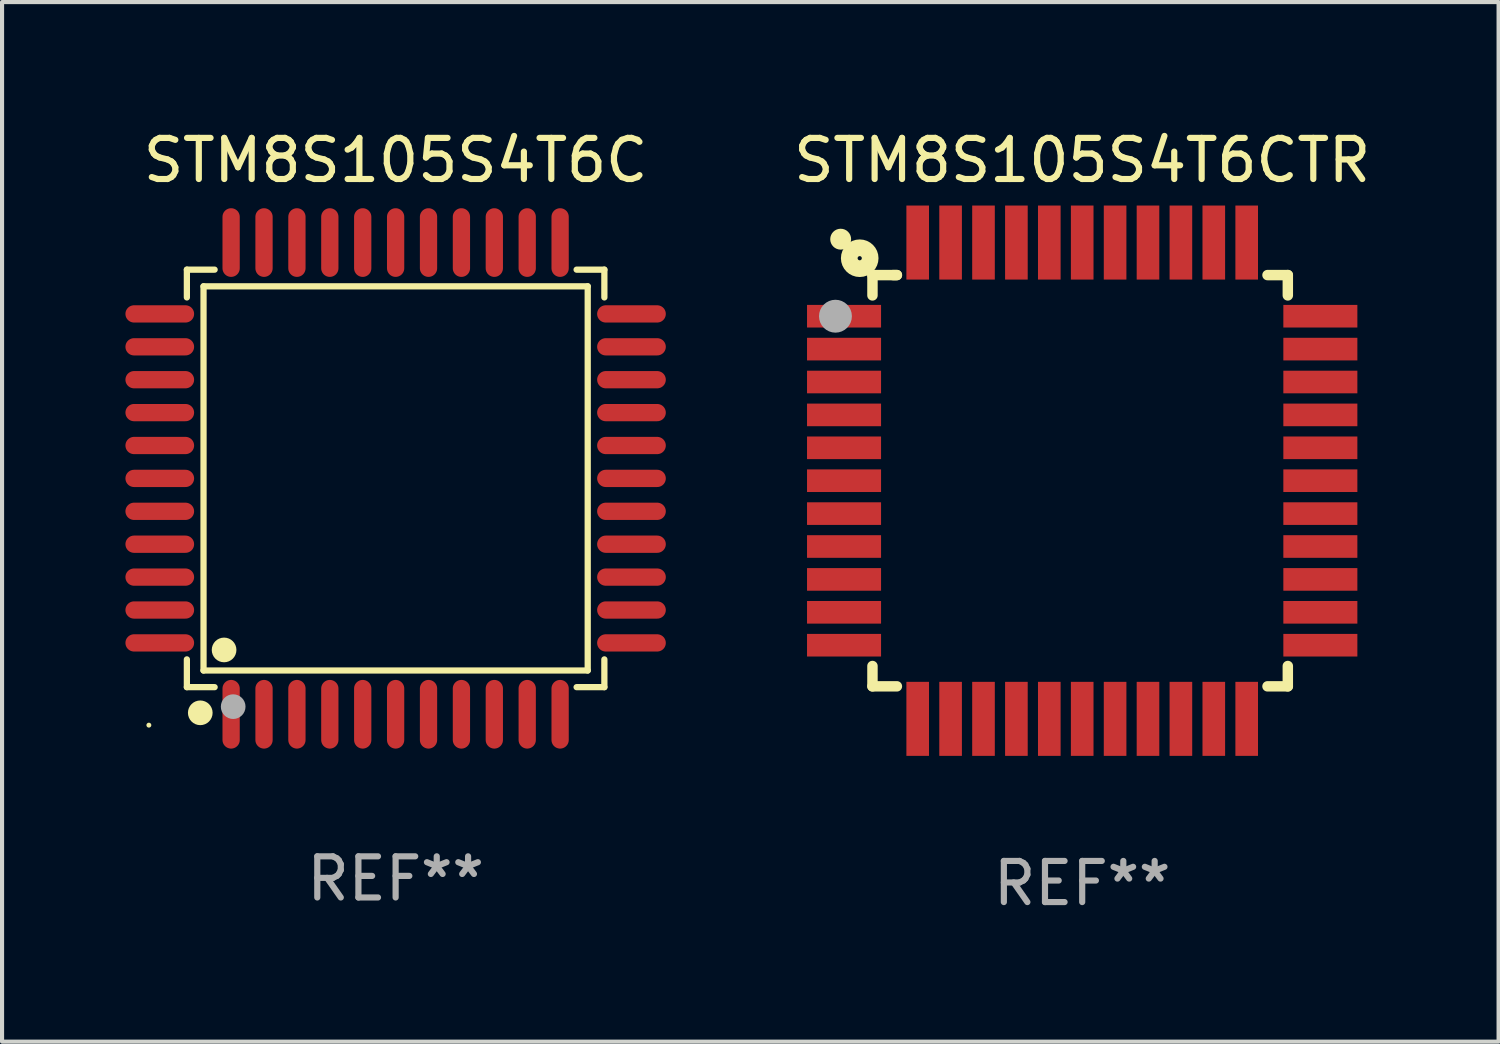
<source format=kicad_pcb>
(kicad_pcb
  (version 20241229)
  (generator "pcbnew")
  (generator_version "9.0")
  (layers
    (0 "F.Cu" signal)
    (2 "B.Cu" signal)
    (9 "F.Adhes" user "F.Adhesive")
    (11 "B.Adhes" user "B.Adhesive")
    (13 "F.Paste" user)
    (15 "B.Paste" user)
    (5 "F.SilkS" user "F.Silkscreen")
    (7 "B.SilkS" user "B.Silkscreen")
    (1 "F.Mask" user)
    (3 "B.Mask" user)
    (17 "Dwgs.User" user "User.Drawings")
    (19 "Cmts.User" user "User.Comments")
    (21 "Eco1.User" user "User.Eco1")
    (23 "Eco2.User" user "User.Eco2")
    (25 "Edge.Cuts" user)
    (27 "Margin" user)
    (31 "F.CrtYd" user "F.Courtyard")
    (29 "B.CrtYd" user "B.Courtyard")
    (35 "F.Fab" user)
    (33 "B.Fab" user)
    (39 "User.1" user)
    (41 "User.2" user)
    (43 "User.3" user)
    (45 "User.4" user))
  (footprint "STM8S105S4T6C"
    (layer "F.Cu")
    (at 6.57 8.583)
    (property "Reference" "STM8S105S4T6C" (at 0 -7.735 0) (layer "F.SilkS") (effects (font (size 1 1) (thickness 0.15))))
    (attr through_hole)
    (fp_line (start -5.076 -5.076) (end -4.401 -5.076) (stroke (width 0.152) (type solid)) (layer "F.SilkS"))
    (fp_line (start -5.076 -4.401) (end -5.076 -5.076) (stroke (width 0.152) (type solid)) (layer "F.SilkS"))
    (fp_line (start -5.076 4.401) (end -5.076 5.076) (stroke (width 0.152) (type solid)) (layer "F.SilkS"))
    (fp_line (start -5.076 5.076) (end -4.401 5.076) (stroke (width 0.152) (type solid)) (layer "F.SilkS"))
    (fp_line (start -4.671 -4.671) (end 4.671 -4.671) (stroke (width 0.152) (type solid)) (layer "F.SilkS"))
    (fp_line (start -4.671 4.671) (end -4.671 -4.671) (stroke (width 0.152) (type solid)) (layer "F.SilkS"))
    (fp_line (start 4.671 -4.671) (end 4.671 4.671) (stroke (width 0.152) (type solid)) (layer "F.SilkS"))
    (fp_line (start 4.671 4.671) (end -4.671 4.671) (stroke (width 0.152) (type solid)) (layer "F.SilkS"))
    (fp_line (start 5.076 -5.076) (end 4.401 -5.076) (stroke (width 0.152) (type solid)) (layer "F.SilkS"))
    (fp_line (start 5.076 -4.401) (end 5.076 -5.076) (stroke (width 0.152) (type solid)) (layer "F.SilkS"))
    (fp_line (start 5.076 4.401) (end 5.076 5.076) (stroke (width 0.152) (type solid)) (layer "F.SilkS"))
    (fp_line (start 5.076 5.076) (end 4.401 5.076) (stroke (width 0.152) (type solid)) (layer "F.SilkS"))
    (fp_circle (center -6 6) (end -5.97 6) (stroke (width 0.06) (type solid)) (fill no) (layer "F.SilkS"))
    (fp_circle (center -4.75 5.7) (end -4.6 5.7) (stroke (width 0.3) (type solid)) (fill no) (layer "F.SilkS"))
    (fp_circle (center -4.171 4.171) (end -4.021 4.171) (stroke (width 0.3) (type solid)) (fill no) (layer "F.SilkS"))
    (fp_circle (center -3.95 5.55) (end -3.8 5.55) (stroke (width 0.3) (type solid)) (fill no) (layer "F.Fab"))
    (fp_text user "REF**" (at 0 9.735 0) (layer "F.Fab") (effects (font (size 1 1) (thickness 0.15))))
    (pad "1" smd oval (at -4 5.735) (size 0.42 1.67) (layers "F.Cu" "F.Mask" "F.Paste"))
    (pad "2" smd oval (at -3.2 5.735) (size 0.42 1.67) (layers "F.Cu" "F.Mask" "F.Paste"))
    (pad "3" smd oval (at -2.4 5.735) (size 0.42 1.67) (layers "F.Cu" "F.Mask" "F.Paste"))
    (pad "4" smd oval (at -1.6 5.735) (size 0.42 1.67) (layers "F.Cu" "F.Mask" "F.Paste"))
    (pad "5" smd oval (at -0.8 5.735) (size 0.42 1.67) (layers "F.Cu" "F.Mask" "F.Paste"))
    (pad "6" smd oval (at 0 5.735) (size 0.42 1.67) (layers "F.Cu" "F.Mask" "F.Paste"))
    (pad "7" smd oval (at 0.8 5.735) (size 0.42 1.67) (layers "F.Cu" "F.Mask" "F.Paste"))
    (pad "8" smd oval (at 1.6 5.735) (size 0.42 1.67) (layers "F.Cu" "F.Mask" "F.Paste"))
    (pad "9" smd oval (at 2.4 5.735) (size 0.42 1.67) (layers "F.Cu" "F.Mask" "F.Paste"))
    (pad "10" smd oval (at 3.2 5.735) (size 0.42 1.67) (layers "F.Cu" "F.Mask" "F.Paste"))
    (pad "11" smd oval (at 4 5.735) (size 0.42 1.67) (layers "F.Cu" "F.Mask" "F.Paste"))
    (pad "12" smd oval (at 5.735 4) (size 1.67 0.42) (layers "F.Cu" "F.Mask" "F.Paste"))
    (pad "13" smd oval (at 5.735 3.2) (size 1.67 0.42) (layers "F.Cu" "F.Mask" "F.Paste"))
    (pad "14" smd oval (at 5.735 2.4) (size 1.67 0.42) (layers "F.Cu" "F.Mask" "F.Paste"))
    (pad "15" smd oval (at 5.735 1.6) (size 1.67 0.42) (layers "F.Cu" "F.Mask" "F.Paste"))
    (pad "16" smd oval (at 5.735 0.8) (size 1.67 0.42) (layers "F.Cu" "F.Mask" "F.Paste"))
    (pad "17" smd oval (at 5.735 0) (size 1.67 0.42) (layers "F.Cu" "F.Mask" "F.Paste"))
    (pad "18" smd oval (at 5.735 -0.8) (size 1.67 0.42) (layers "F.Cu" "F.Mask" "F.Paste"))
    (pad "19" smd oval (at 5.735 -1.6) (size 1.67 0.42) (layers "F.Cu" "F.Mask" "F.Paste"))
    (pad "20" smd oval (at 5.735 -2.4) (size 1.67 0.42) (layers "F.Cu" "F.Mask" "F.Paste"))
    (pad "21" smd oval (at 5.735 -3.2) (size 1.67 0.42) (layers "F.Cu" "F.Mask" "F.Paste"))
    (pad "22" smd oval (at 5.735 -4) (size 1.67 0.42) (layers "F.Cu" "F.Mask" "F.Paste"))
    (pad "23" smd oval (at 4 -5.735) (size 0.42 1.67) (layers "F.Cu" "F.Mask" "F.Paste"))
    (pad "24" smd oval (at 3.2 -5.735) (size 0.42 1.67) (layers "F.Cu" "F.Mask" "F.Paste"))
    (pad "25" smd oval (at 2.4 -5.735) (size 0.42 1.67) (layers "F.Cu" "F.Mask" "F.Paste"))
    (pad "26" smd oval (at 1.6 -5.735) (size 0.42 1.67) (layers "F.Cu" "F.Mask" "F.Paste"))
    (pad "27" smd oval (at 0.8 -5.735) (size 0.42 1.67) (layers "F.Cu" "F.Mask" "F.Paste"))
    (pad "28" smd oval (at 0 -5.735) (size 0.42 1.67) (layers "F.Cu" "F.Mask" "F.Paste"))
    (pad "29" smd oval (at -0.8 -5.735) (size 0.42 1.67) (layers "F.Cu" "F.Mask" "F.Paste"))
    (pad "30" smd oval (at -1.6 -5.735) (size 0.42 1.67) (layers "F.Cu" "F.Mask" "F.Paste"))
    (pad "31" smd oval (at -2.4 -5.735) (size 0.42 1.67) (layers "F.Cu" "F.Mask" "F.Paste"))
    (pad "32" smd oval (at -3.2 -5.735) (size 0.42 1.67) (layers "F.Cu" "F.Mask" "F.Paste"))
    (pad "33" smd oval (at -4 -5.735) (size 0.42 1.67) (layers "F.Cu" "F.Mask" "F.Paste"))
    (pad "34" smd oval (at -5.735 -4) (size 1.67 0.42) (layers "F.Cu" "F.Mask" "F.Paste"))
    (pad "35" smd oval (at -5.735 -3.2) (size 1.67 0.42) (layers "F.Cu" "F.Mask" "F.Paste"))
    (pad "36" smd oval (at -5.735 -2.4) (size 1.67 0.42) (layers "F.Cu" "F.Mask" "F.Paste"))
    (pad "37" smd oval (at -5.735 -1.6) (size 1.67 0.42) (layers "F.Cu" "F.Mask" "F.Paste"))
    (pad "38" smd oval (at -5.735 -0.8) (size 1.67 0.42) (layers "F.Cu" "F.Mask" "F.Paste"))
    (pad "39" smd oval (at -5.735 0) (size 1.67 0.42) (layers "F.Cu" "F.Mask" "F.Paste"))
    (pad "40" smd oval (at -5.735 0.8) (size 1.67 0.42) (layers "F.Cu" "F.Mask" "F.Paste"))
    (pad "41" smd oval (at -5.735 1.6) (size 1.67 0.42) (layers "F.Cu" "F.Mask" "F.Paste"))
    (pad "42" smd oval (at -5.735 2.4) (size 1.67 0.42) (layers "F.Cu" "F.Mask" "F.Paste"))
    (pad "43" smd oval (at -5.735 3.2) (size 1.67 0.42) (layers "F.Cu" "F.Mask" "F.Paste"))
    (pad "44" smd oval (at -5.735 4) (size 1.67 0.42) (layers "F.Cu" "F.Mask" "F.Paste")))
  (footprint "STM8S105S4T6CTR"
    (layer "F.Cu")
    (at 23.265 8.639)
    (property "Reference" "STM8S105S4T6CTR" (at 0 -7.791 0) (layer "F.SilkS") (effects (font (size 1 1) (thickness 0.15))))
    (attr through_hole)
    (fp_line (start -5.1 -5) (end -5.1 -4.506) (stroke (width 0.254) (type solid)) (layer "F.SilkS"))
    (fp_line (start -5.1 4.506) (end -5.1 5) (stroke (width 0.254) (type solid)) (layer "F.SilkS"))
    (fp_line (start -5.1 5) (end -4.506 5) (stroke (width 0.254) (type solid)) (layer "F.SilkS"))
    (fp_line (start -4.506 -5) (end -5.1 -5) (stroke (width 0.254) (type solid)) (layer "F.SilkS"))
    (fp_line (start -4.506 -5) (end -4.6 -5) (stroke (width 0.254) (type solid)) (layer "F.SilkS"))
    (fp_line (start 4.506 5) (end 5 5) (stroke (width 0.254) (type solid)) (layer "F.SilkS"))
    (fp_line (start 5 -5) (end 4.506 -5) (stroke (width 0.254) (type solid)) (layer "F.SilkS"))
    (fp_line (start 5 -4.506) (end 5 -5) (stroke (width 0.254) (type solid)) (layer "F.SilkS"))
    (fp_line (start 5 5) (end 5 4.506) (stroke (width 0.254) (type solid)) (layer "F.SilkS"))
    (fp_circle (center -5.873 -5.873) (end -5.746 -5.873) (stroke (width 0.254) (type solid)) (fill no) (layer "F.SilkS"))
    (fp_circle (center -5.41 -5.41) (end -5.156 -5.41) (stroke (width 0.406) (type solid)) (fill no) (layer "F.SilkS"))
    (fp_circle (center -6 -4) (end -5.8 -4) (stroke (width 0.4) (type solid)) (fill no) (layer "F.Fab"))
    (fp_text user "REF**" (at 0 9.791 0) (layer "F.Fab") (effects (font (size 1 1) (thickness 0.15))))
    (pad "1" smd rect (at -5.791 -4) (size 1.8 0.55) (layers "F.Cu" "F.Mask" "F.Paste"))
    (pad "2" smd rect (at -5.791 -3.2) (size 1.8 0.55) (layers "F.Cu" "F.Mask" "F.Paste"))
    (pad "3" smd rect (at -5.791 -2.4) (size 1.8 0.55) (layers "F.Cu" "F.Mask" "F.Paste"))
    (pad "4" smd rect (at -5.791 -1.6) (size 1.8 0.55) (layers "F.Cu" "F.Mask" "F.Paste"))
    (pad "5" smd rect (at -5.791 -0.8) (size 1.8 0.55) (layers "F.Cu" "F.Mask" "F.Paste"))
    (pad "6" smd rect (at -5.791 0) (size 1.8 0.55) (layers "F.Cu" "F.Mask" "F.Paste"))
    (pad "7" smd rect (at -5.791 0.8) (size 1.8 0.55) (layers "F.Cu" "F.Mask" "F.Paste"))
    (pad "8" smd rect (at -5.791 1.6) (size 1.8 0.55) (layers "F.Cu" "F.Mask" "F.Paste"))
    (pad "9" smd rect (at -5.791 2.4) (size 1.8 0.55) (layers "F.Cu" "F.Mask" "F.Paste"))
    (pad "10" smd rect (at -5.791 3.2) (size 1.8 0.55) (layers "F.Cu" "F.Mask" "F.Paste"))
    (pad "11" smd rect (at -5.791 4) (size 1.8 0.55) (layers "F.Cu" "F.Mask" "F.Paste"))
    (pad "12" smd rect (at -4 5.791) (size 0.55 1.8) (layers "F.Cu" "F.Mask" "F.Paste"))
    (pad "13" smd rect (at -3.2 5.791) (size 0.55 1.8) (layers "F.Cu" "F.Mask" "F.Paste"))
    (pad "14" smd rect (at -2.4 5.791) (size 0.55 1.8) (layers "F.Cu" "F.Mask" "F.Paste"))
    (pad "15" smd rect (at -1.6 5.791) (size 0.55 1.8) (layers "F.Cu" "F.Mask" "F.Paste"))
    (pad "16" smd rect (at -0.8 5.791) (size 0.55 1.8) (layers "F.Cu" "F.Mask" "F.Paste"))
    (pad "17" smd rect (at 0 5.791) (size 0.55 1.8) (layers "F.Cu" "F.Mask" "F.Paste"))
    (pad "18" smd rect (at 0.8 5.791) (size 0.55 1.8) (layers "F.Cu" "F.Mask" "F.Paste"))
    (pad "19" smd rect (at 1.6 5.791) (size 0.55 1.8) (layers "F.Cu" "F.Mask" "F.Paste"))
    (pad "20" smd rect (at 2.4 5.791) (size 0.55 1.8) (layers "F.Cu" "F.Mask" "F.Paste"))
    (pad "21" smd rect (at 3.2 5.791) (size 0.55 1.8) (layers "F.Cu" "F.Mask" "F.Paste"))
    (pad "22" smd rect (at 4 5.791) (size 0.55 1.8) (layers "F.Cu" "F.Mask" "F.Paste"))
    (pad "23" smd rect (at 5.791 4) (size 1.8 0.55) (layers "F.Cu" "F.Mask" "F.Paste"))
    (pad "24" smd rect (at 5.791 3.2) (size 1.8 0.55) (layers "F.Cu" "F.Mask" "F.Paste"))
    (pad "25" smd rect (at 5.791 2.4) (size 1.8 0.55) (layers "F.Cu" "F.Mask" "F.Paste"))
    (pad "26" smd rect (at 5.791 1.6) (size 1.8 0.55) (layers "F.Cu" "F.Mask" "F.Paste"))
    (pad "27" smd rect (at 5.791 0.8) (size 1.8 0.55) (layers "F.Cu" "F.Mask" "F.Paste"))
    (pad "28" smd rect (at 5.791 0) (size 1.8 0.55) (layers "F.Cu" "F.Mask" "F.Paste"))
    (pad "29" smd rect (at 5.791 -0.8) (size 1.8 0.55) (layers "F.Cu" "F.Mask" "F.Paste"))
    (pad "30" smd rect (at 5.791 -1.6) (size 1.8 0.55) (layers "F.Cu" "F.Mask" "F.Paste"))
    (pad "31" smd rect (at 5.791 -2.4) (size 1.8 0.55) (layers "F.Cu" "F.Mask" "F.Paste"))
    (pad "32" smd rect (at 5.791 -3.2) (size 1.8 0.55) (layers "F.Cu" "F.Mask" "F.Paste"))
    (pad "33" smd rect (at 5.791 -4) (size 1.8 0.55) (layers "F.Cu" "F.Mask" "F.Paste"))
    (pad "34" smd rect (at 4 -5.791) (size 0.55 1.8) (layers "F.Cu" "F.Mask" "F.Paste"))
    (pad "35" smd rect (at 3.2 -5.791) (size 0.55 1.8) (layers "F.Cu" "F.Mask" "F.Paste"))
    (pad "36" smd rect (at 2.4 -5.791) (size 0.55 1.8) (layers "F.Cu" "F.Mask" "F.Paste"))
    (pad "37" smd rect (at 1.6 -5.791) (size 0.55 1.8) (layers "F.Cu" "F.Mask" "F.Paste"))
    (pad "38" smd rect (at 0.8 -5.791) (size 0.55 1.8) (layers "F.Cu" "F.Mask" "F.Paste"))
    (pad "39" smd rect (at 0 -5.791) (size 0.55 1.8) (layers "F.Cu" "F.Mask" "F.Paste"))
    (pad "40" smd rect (at -0.8 -5.791) (size 0.55 1.8) (layers "F.Cu" "F.Mask" "F.Paste"))
    (pad "41" smd rect (at -1.6 -5.791) (size 0.55 1.8) (layers "F.Cu" "F.Mask" "F.Paste"))
    (pad "42" smd rect (at -2.4 -5.791) (size 0.55 1.8) (layers "F.Cu" "F.Mask" "F.Paste"))
    (pad "43" smd rect (at -3.2 -5.791) (size 0.55 1.8) (layers "F.Cu" "F.Mask" "F.Paste"))
    (pad "44" smd rect (at -4 -5.791) (size 0.55 1.8) (layers "F.Cu" "F.Mask" "F.Paste")))
  (gr_rect
    (start -3 -3)
    (end 33.39 22.279)
    (stroke (width 0.1) (type default))
    (fill no)
    (layer "Edge.Cuts")))
</source>
